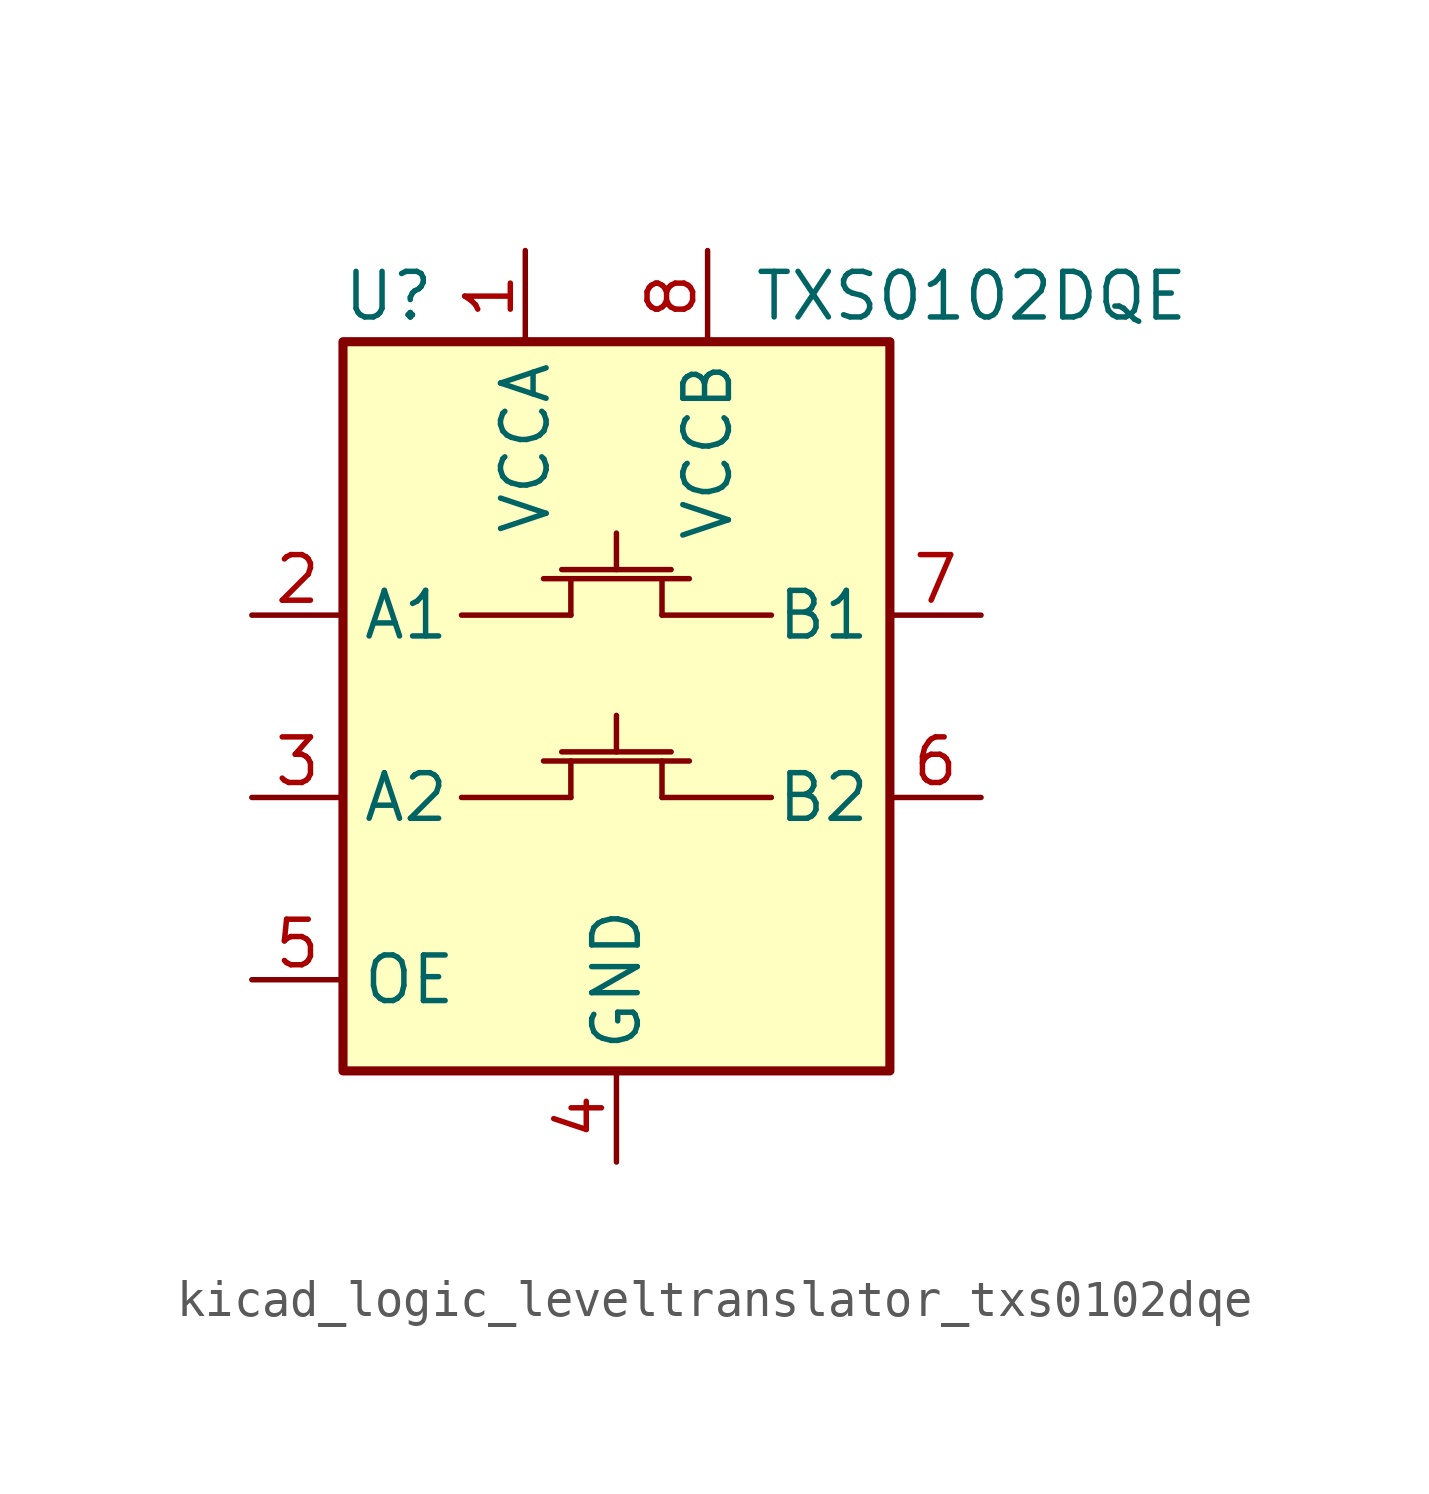
<source format=kicad_sym>
(kicad_symbol_lib
  (version 20220914)
  (generator kicad_symbol_editor)
  (symbol "kicad_logic_leveltranslator_txs0102dqe"
    (property "Reference" "U"
      (at -6.35 11.43 0)
      (effects (font (size 1.27 1.27))))
    (property "Value" "TXS0102DQE"
      (at 3.81 11.43 0)
      (effects (font (size 1.27 1.27)) (justify left)))
    (symbol "kicad_logic_leveltranslator_txs0102dqe_0_1"
      (rectangle (start -7.62 10.16) (end 7.62 -10.16) (stroke (width 0.254) (type default)) (fill (type background)))
      (polyline (pts (xy -4.318 -2.54) (xy -1.27 -2.54)) (stroke (width 0) (type default)) (fill (type none)))
      (polyline (pts (xy -2.032 -1.524) (xy 2.032 -1.524)) (stroke (width 0) (type default)) (fill (type none)))
      (polyline (pts (xy -1.524 -1.27) (xy 1.524 -1.27)) (stroke (width 0) (type default)) (fill (type none)))
      (polyline (pts (xy -1.27 -2.54) (xy -1.27 -1.524)) (stroke (width 0) (type default)) (fill (type none)))
      (polyline (pts (xy 0 -1.27) (xy 0 -0.254)) (stroke (width 0) (type default)) (fill (type none)))
      (polyline (pts (xy 1.27 -2.54) (xy 1.27 -1.524)) (stroke (width 0) (type default)) (fill (type none)))
      (polyline (pts (xy 4.318 -2.54) (xy 1.27 -2.54)) (stroke (width 0) (type default)) (fill (type none))))
    (symbol "kicad_logic_leveltranslator_txs0102dqe_1_1"
      (polyline (pts (xy -4.318 2.54) (xy -1.27 2.54)) (stroke (width 0) (type default)) (fill (type none)))
      (polyline (pts (xy -2.032 3.556) (xy 2.032 3.556)) (stroke (width 0) (type default)) (fill (type none)))
      (polyline (pts (xy -1.524 3.81) (xy 1.524 3.81)) (stroke (width 0) (type default)) (fill (type none)))
      (polyline (pts (xy -1.27 2.54) (xy -1.27 3.556)) (stroke (width 0) (type default)) (fill (type none)))
      (polyline (pts (xy 0 3.81) (xy 0 4.826)) (stroke (width 0) (type default)) (fill (type none)))
      (polyline (pts (xy 1.27 2.54) (xy 1.27 3.556)) (stroke (width 0) (type default)) (fill (type none)))
      (polyline (pts (xy 4.318 2.54) (xy 1.27 2.54)) (stroke (width 0) (type default)) (fill (type none)))
      (pin power_in line (at -2.54 12.7 270) (length 2.54) (name "VCCA" (effects (font (size 1.27 1.27)))) (number "1" (effects (font (size 1.27 1.27)))))
      (pin bidirectional line (at -10.16 2.54 0) (length 2.54) (name "A1" (effects (font (size 1.27 1.27)))) (number "2" (effects (font (size 1.27 1.27)))))
      (pin bidirectional line (at -10.16 -2.54 0) (length 2.54) (name "A2" (effects (font (size 1.27 1.27)))) (number "3" (effects (font (size 1.27 1.27)))))
      (pin power_in line (at 0 -12.7 90) (length 2.54) (name "GND" (effects (font (size 1.27 1.27)))) (number "4" (effects (font (size 1.27 1.27)))))
      (pin input line (at -10.16 -7.62 0) (length 2.54) (name "OE" (effects (font (size 1.27 1.27)))) (number "5" (effects (font (size 1.27 1.27)))))
      (pin bidirectional line (at 10.16 -2.54 180) (length 2.54) (name "B2" (effects (font (size 1.27 1.27)))) (number "6" (effects (font (size 1.27 1.27)))))
      (pin bidirectional line (at 10.16 2.54 180) (length 2.54) (name "B1" (effects (font (size 1.27 1.27)))) (number "7" (effects (font (size 1.27 1.27)))))
      (pin power_in line (at 2.54 12.7 270) (length 2.54) (name "VCCB" (effects (font (size 1.27 1.27)))) (number "8" (effects (font (size 1.27 1.27))))))))
</source>
